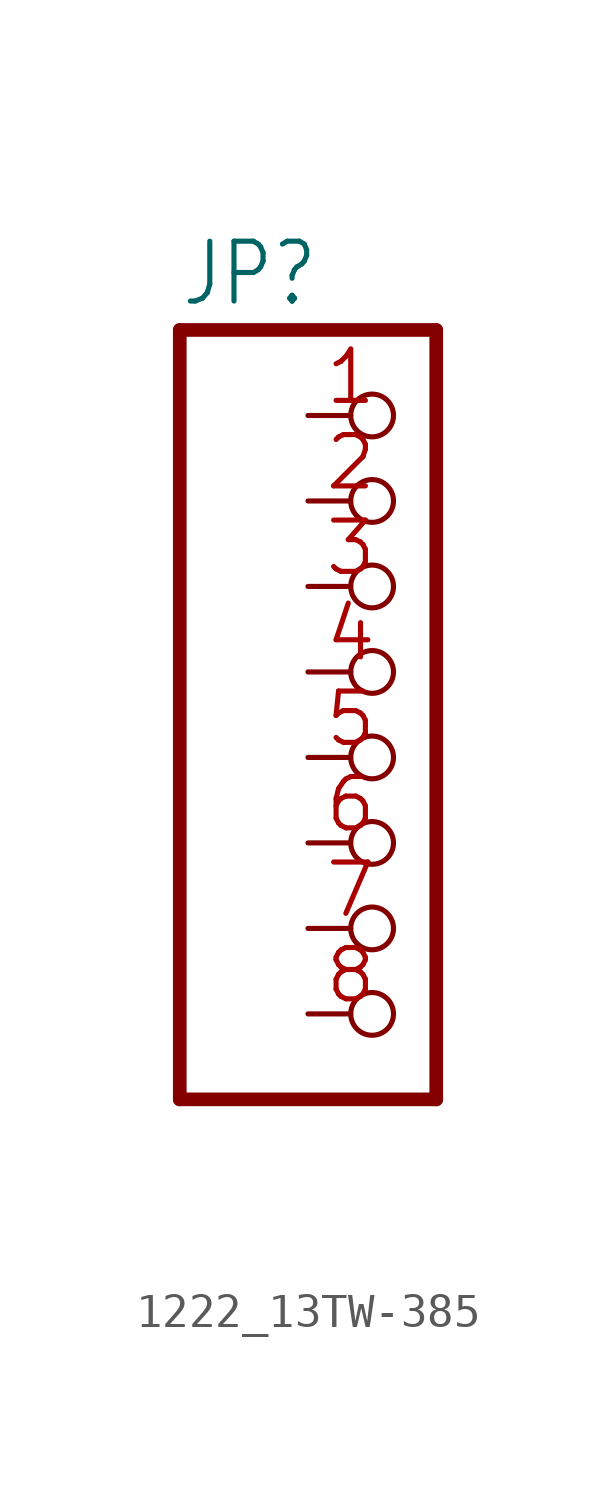
<source format=kicad_sym>
(kicad_symbol_lib
  (version 20241209)
  (generator "kicad_symbol_editor")
  (generator_version "9.0")
  (symbol "1222_13TW-385"
    (property "Reference" "JP"
      (at -6.35 13.335 0)
      (effects (font (size 1.778 1.511)) (justify left bottom)))
    (property "Value" ""
      (at -6.35 -12.7 0)
      (effects (font (size 1.778 1.511)) (justify left bottom)))
    (property "ki_locked" ""
      (at 0 0 0)
      (effects (font (size 1.27 1.27))))
    (symbol "1222_13TW-385_1_0"
      (polyline (pts (xy -6.35 12.7) (xy -6.35 -10.16)) (stroke (width 0.406) (type solid)) (fill (type none)))
      (polyline (pts (xy -6.35 -10.16) (xy 1.27 -10.16)) (stroke (width 0.406) (type solid)) (fill (type none)))
      (polyline (pts (xy 1.27 12.7) (xy -6.35 12.7)) (stroke (width 0.406) (type solid)) (fill (type none)))
      (polyline (pts (xy 1.27 -10.16) (xy 1.27 12.7)) (stroke (width 0.406) (type solid)) (fill (type none)))
      (pin passive inverted (at -2.54 10.16 0) (length 2.54) (name "1" (effects (font (size 0 0)))) (number "1" (effects (font (size 1.524 1.524)))))
      (pin passive inverted (at -2.54 7.62 0) (length 2.54) (name "2" (effects (font (size 0 0)))) (number "2" (effects (font (size 1.524 1.524)))))
      (pin passive inverted (at -2.54 5.08 0) (length 2.54) (name "3" (effects (font (size 0 0)))) (number "3" (effects (font (size 1.524 1.524)))))
      (pin passive inverted (at -2.54 2.54 0) (length 2.54) (name "4" (effects (font (size 0 0)))) (number "4" (effects (font (size 1.524 1.524)))))
      (pin passive inverted (at -2.54 0 0) (length 2.54) (name "5" (effects (font (size 0 0)))) (number "5" (effects (font (size 1.524 1.524)))))
      (pin passive inverted (at -2.54 -2.54 0) (length 2.54) (name "6" (effects (font (size 0 0)))) (number "6" (effects (font (size 1.524 1.524)))))
      (pin passive inverted (at -2.54 -5.08 0) (length 2.54) (name "7" (effects (font (size 0 0)))) (number "7" (effects (font (size 1.524 1.524)))))
      (pin passive inverted (at -2.54 -7.62 0) (length 2.54) (name "8" (effects (font (size 0 0)))) (number "8" (effects (font (size 1.524 1.524))))))))
</source>
